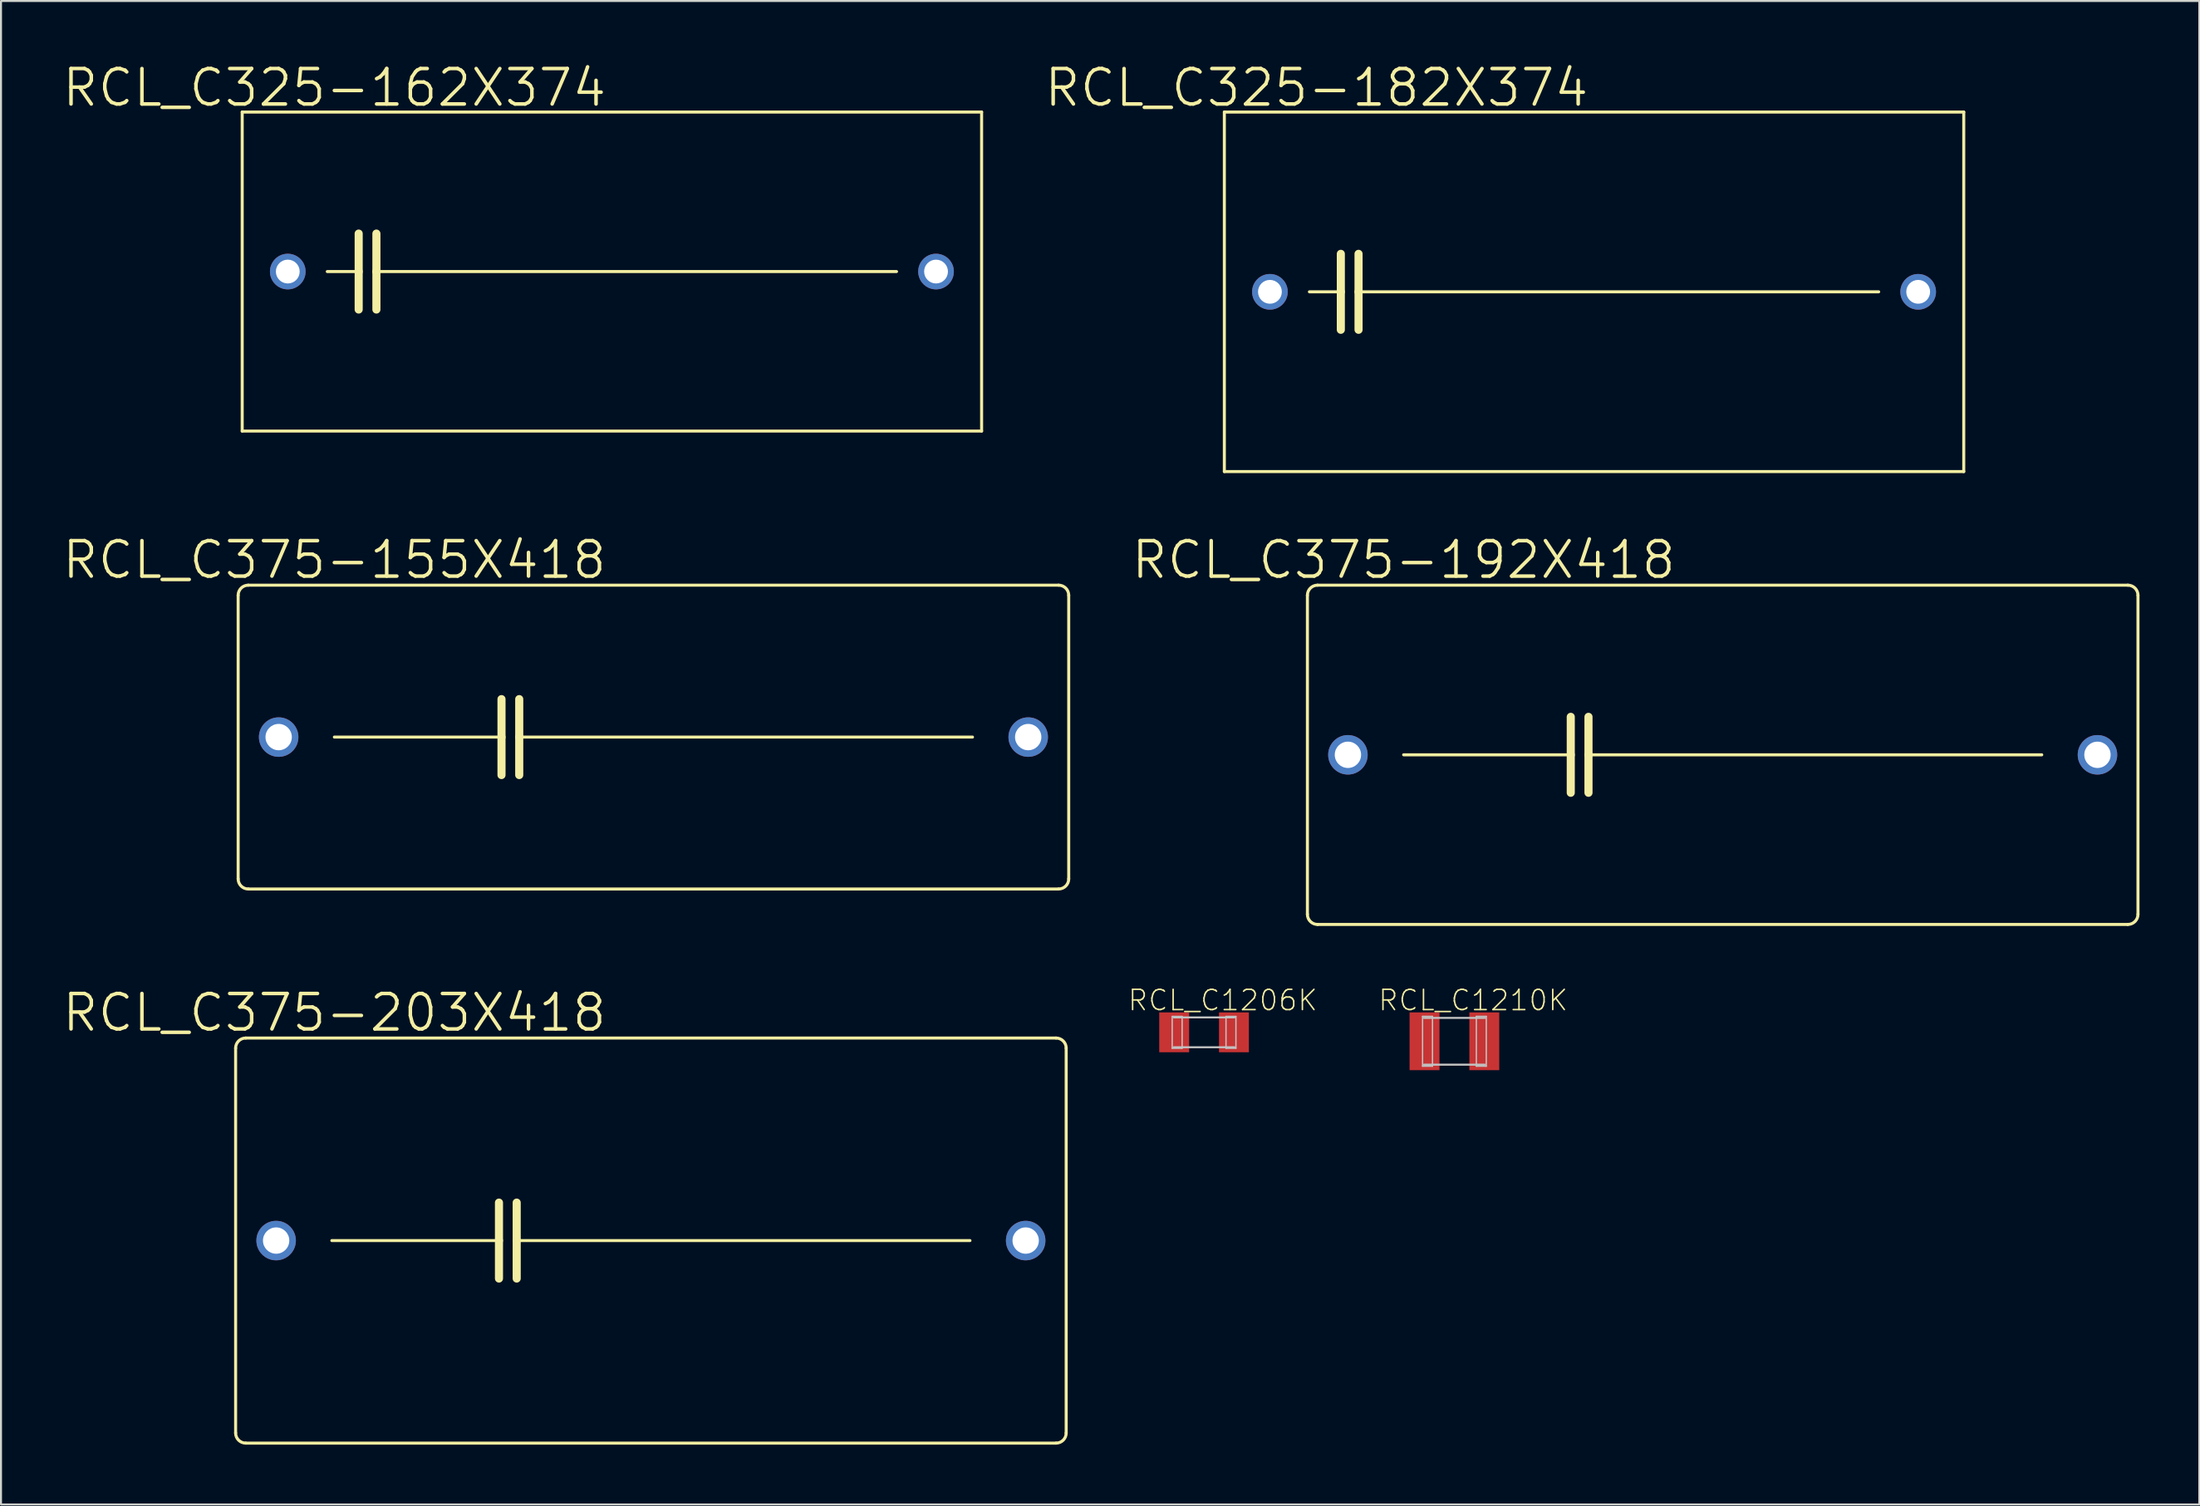
<source format=kicad_pcb>
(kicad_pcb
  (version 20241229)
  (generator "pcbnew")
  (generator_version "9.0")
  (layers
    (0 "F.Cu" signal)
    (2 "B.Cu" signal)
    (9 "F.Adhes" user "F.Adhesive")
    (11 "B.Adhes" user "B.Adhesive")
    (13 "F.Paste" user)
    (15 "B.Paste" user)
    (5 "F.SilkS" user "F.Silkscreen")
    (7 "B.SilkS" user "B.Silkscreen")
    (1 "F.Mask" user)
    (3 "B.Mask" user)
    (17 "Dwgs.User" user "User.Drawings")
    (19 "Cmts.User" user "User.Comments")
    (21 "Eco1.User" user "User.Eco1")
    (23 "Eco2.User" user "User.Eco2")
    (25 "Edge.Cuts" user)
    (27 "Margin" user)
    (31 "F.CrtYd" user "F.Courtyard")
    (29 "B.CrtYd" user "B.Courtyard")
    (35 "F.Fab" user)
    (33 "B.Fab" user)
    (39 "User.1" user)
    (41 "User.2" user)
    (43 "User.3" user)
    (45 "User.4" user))
  (footprint "RCL_C1210K"
    (layer "F.Cu")
    (at 69.894 49.183)
    (property "Reference" "RCL_C1210K" (at 0.94 -2.057 0) (layer "F.SilkS") (effects (font (size 1.016 1.016) (thickness 0.076))))
    (attr smd)
    (fp_line (start -1.598 -1.25) (end -1.1 -1.25) (stroke (width 0.066) (type solid)) (layer "Dwgs.User"))
    (fp_line (start -1.598 1.25) (end -1.598 -1.25) (stroke (width 0.066) (type solid)) (layer "Dwgs.User"))
    (fp_line (start -1.598 1.25) (end -1.1 1.25) (stroke (width 0.066) (type solid)) (layer "Dwgs.User"))
    (fp_line (start -1.524 -1.173) (end 1.524 -1.173) (stroke (width 0.102) (type solid)) (layer "Dwgs.User"))
    (fp_line (start -1.1 1.25) (end -1.1 -1.25) (stroke (width 0.066) (type solid)) (layer "Dwgs.User"))
    (fp_line (start 1.1 -1.25) (end 1.598 -1.25) (stroke (width 0.066) (type solid)) (layer "Dwgs.User"))
    (fp_line (start 1.1 1.25) (end 1.1 -1.25) (stroke (width 0.066) (type solid)) (layer "Dwgs.User"))
    (fp_line (start 1.1 1.25) (end 1.598 1.25) (stroke (width 0.066) (type solid)) (layer "Dwgs.User"))
    (fp_line (start 1.524 1.173) (end -1.524 1.173) (stroke (width 0.102) (type solid)) (layer "Dwgs.User"))
    (fp_line (start 1.598 1.25) (end 1.598 -1.25) (stroke (width 0.066) (type solid)) (layer "Dwgs.User"))
    (pad "1" smd rect (at -1.499 0) (size 1.499 2.898) (layers "F.Cu" "F.Mask" "F.Paste"))
    (pad "2" smd rect (at 1.499 0) (size 1.499 2.898) (layers "F.Cu" "F.Mask" "F.Paste")))
  (footprint "RCL_C375-155X418"
    (layer "F.Cu")
    (at 29.722 33.924)
    (property "Reference" "RCL_C375-155X418" (at -16.002 -8.89 0) (layer "F.SilkS") (effects (font (size 1.778 1.778) (thickness 0.178))))
    (attr exclude_from_pos_files exclude_from_bom)
    (fp_line (start -20.828 7.112) (end -20.828 -7.112) (stroke (width 0.152) (type solid)) (layer "F.SilkS"))
    (fp_line (start -20.32 -7.62) (end 20.32 -7.62) (stroke (width 0.152) (type solid)) (layer "F.SilkS"))
    (fp_line (start -16.002 0) (end -7.62 0) (stroke (width 0.152) (type solid)) (layer "F.SilkS"))
    (fp_line (start -7.62 -1.905) (end -7.62 0) (stroke (width 0.406) (type solid)) (layer "F.SilkS"))
    (fp_line (start -7.62 0) (end -7.62 1.905) (stroke (width 0.406) (type solid)) (layer "F.SilkS"))
    (fp_line (start -6.731 -1.905) (end -6.731 0) (stroke (width 0.406) (type solid)) (layer "F.SilkS"))
    (fp_line (start -6.731 0) (end -6.731 1.905) (stroke (width 0.406) (type solid)) (layer "F.SilkS"))
    (fp_line (start -6.731 0) (end 16.002 0) (stroke (width 0.152) (type solid)) (layer "F.SilkS"))
    (fp_line (start 20.32 7.62) (end -20.32 7.62) (stroke (width 0.152) (type solid)) (layer "F.SilkS"))
    (fp_line (start 20.828 -7.112) (end 20.828 7.112) (stroke (width 0.152) (type solid)) (layer "F.SilkS"))
    (fp_arc (start -20.828 -7.112) (mid -20.67921 -7.47121) (end -20.32 -7.62) (stroke (width 0.1524) (type solid)) (layer "F.SilkS"))
    (fp_arc (start -20.32 7.62) (mid -20.67921 7.47121) (end -20.828 7.112) (stroke (width 0.1524) (type solid)) (layer "F.SilkS"))
    (fp_arc (start 20.32 -7.62) (mid 20.67921 -7.47121) (end 20.828 -7.112) (stroke (width 0.1524) (type solid)) (layer "F.SilkS"))
    (fp_arc (start 20.828 7.112) (mid 20.67921 7.47121) (end 20.32 7.62) (stroke (width 0.1524) (type solid)) (layer "F.SilkS"))
    (pad "1" thru_hole circle (at -18.796 0) (size 1.981 1.981) (drill 1.321) (layers "*.Cu" "*.Paste" "*.Mask"))
    (pad "2" thru_hole circle (at 18.796 0) (size 1.981 1.981) (drill 1.321) (layers "*.Cu" "*.Paste" "*.Mask")))
  (footprint "RCL_C325-162X374"
    (layer "F.Cu")
    (at 27.639 10.572)
    (property "Reference" "RCL_C325-162X374" (at -13.919 -9.22 0) (layer "F.SilkS") (effects (font (size 1.778 1.778) (thickness 0.178))))
    (attr exclude_from_pos_files exclude_from_bom)
    (fp_line (start -18.542 -8.001) (end -18.542 8.001) (stroke (width 0.152) (type solid)) (layer "F.SilkS"))
    (fp_line (start -18.542 8.001) (end 18.542 8.001) (stroke (width 0.152) (type solid)) (layer "F.SilkS"))
    (fp_line (start -14.275 0) (end -12.7 0) (stroke (width 0.152) (type solid)) (layer "F.SilkS"))
    (fp_line (start -12.7 -1.905) (end -12.7 0) (stroke (width 0.406) (type solid)) (layer "F.SilkS"))
    (fp_line (start -12.7 0) (end -12.7 1.905) (stroke (width 0.406) (type solid)) (layer "F.SilkS"))
    (fp_line (start -11.811 -1.905) (end -11.811 0) (stroke (width 0.406) (type solid)) (layer "F.SilkS"))
    (fp_line (start -11.811 0) (end -11.811 1.905) (stroke (width 0.406) (type solid)) (layer "F.SilkS"))
    (fp_line (start -11.811 0) (end 14.275 0) (stroke (width 0.152) (type solid)) (layer "F.SilkS"))
    (fp_line (start 18.542 -8.001) (end -18.542 -8.001) (stroke (width 0.152) (type solid)) (layer "F.SilkS"))
    (fp_line (start 18.542 -8.001) (end 18.542 8.001) (stroke (width 0.152) (type solid)) (layer "F.SilkS"))
    (pad "1" thru_hole circle (at -16.256 0) (size 1.788 1.788) (drill 1.194) (layers "*.Cu" "*.Paste" "*.Mask"))
    (pad "2" thru_hole circle (at 16.256 0) (size 1.788 1.788) (drill 1.194) (layers "*.Cu" "*.Paste" "*.Mask")))
  (footprint "RCL_C375-203X418"
    (layer "F.Cu")
    (at 29.595 59.18)
    (property "Reference" "RCL_C375-203X418" (at -15.875 -11.43 0) (layer "F.SilkS") (effects (font (size 1.778 1.778) (thickness 0.178))))
    (attr exclude_from_pos_files exclude_from_bom)
    (fp_line (start -20.828 9.652) (end -20.828 -9.652) (stroke (width 0.152) (type solid)) (layer "F.SilkS"))
    (fp_line (start -20.32 -10.16) (end 20.32 -10.16) (stroke (width 0.152) (type solid)) (layer "F.SilkS"))
    (fp_line (start -16.002 0) (end -7.62 0) (stroke (width 0.152) (type solid)) (layer "F.SilkS"))
    (fp_line (start -7.62 -1.905) (end -7.62 0) (stroke (width 0.406) (type solid)) (layer "F.SilkS"))
    (fp_line (start -7.62 0) (end -7.62 1.905) (stroke (width 0.406) (type solid)) (layer "F.SilkS"))
    (fp_line (start -6.731 -1.905) (end -6.731 0) (stroke (width 0.406) (type solid)) (layer "F.SilkS"))
    (fp_line (start -6.731 0) (end -6.731 1.905) (stroke (width 0.406) (type solid)) (layer "F.SilkS"))
    (fp_line (start -6.731 0) (end 16.002 0) (stroke (width 0.152) (type solid)) (layer "F.SilkS"))
    (fp_line (start 20.32 10.16) (end -20.32 10.16) (stroke (width 0.152) (type solid)) (layer "F.SilkS"))
    (fp_line (start 20.828 -9.652) (end 20.828 9.652) (stroke (width 0.152) (type solid)) (layer "F.SilkS"))
    (fp_arc (start -20.828 -9.652) (mid -20.67921 -10.01121) (end -20.32 -10.16) (stroke (width 0.1524) (type solid)) (layer "F.SilkS"))
    (fp_arc (start -20.32 10.16) (mid -20.67921 10.01121) (end -20.828 9.652) (stroke (width 0.1524) (type solid)) (layer "F.SilkS"))
    (fp_arc (start 20.32 -10.16) (mid 20.67921 -10.01121) (end 20.828 -9.652) (stroke (width 0.1524) (type solid)) (layer "F.SilkS"))
    (fp_arc (start 20.828 9.652) (mid 20.67921 10.01121) (end 20.32 10.16) (stroke (width 0.1524) (type solid)) (layer "F.SilkS"))
    (pad "1" thru_hole circle (at -18.796 0) (size 1.981 1.981) (drill 1.321) (layers "*.Cu" "*.Paste" "*.Mask"))
    (pad "2" thru_hole circle (at 18.796 0) (size 1.981 1.981) (drill 1.321) (layers "*.Cu" "*.Paste" "*.Mask")))
  (footprint "RCL_C375-192X418"
    (layer "F.Cu")
    (at 83.349 34.813)
    (property "Reference" "RCL_C375-192X418" (at -16.002 -9.779 0) (layer "F.SilkS") (effects (font (size 1.778 1.778) (thickness 0.178))))
    (attr exclude_from_pos_files exclude_from_bom)
    (fp_line (start -20.828 8.001) (end -20.828 -8.001) (stroke (width 0.152) (type solid)) (layer "F.SilkS"))
    (fp_line (start -20.32 -8.509) (end 20.32 -8.509) (stroke (width 0.152) (type solid)) (layer "F.SilkS"))
    (fp_line (start -16.002 0) (end -7.62 0) (stroke (width 0.152) (type solid)) (layer "F.SilkS"))
    (fp_line (start -7.62 -1.905) (end -7.62 0) (stroke (width 0.406) (type solid)) (layer "F.SilkS"))
    (fp_line (start -7.62 0) (end -7.62 1.905) (stroke (width 0.406) (type solid)) (layer "F.SilkS"))
    (fp_line (start -6.731 -1.905) (end -6.731 0) (stroke (width 0.406) (type solid)) (layer "F.SilkS"))
    (fp_line (start -6.731 0) (end -6.731 1.905) (stroke (width 0.406) (type solid)) (layer "F.SilkS"))
    (fp_line (start -6.731 0) (end 16.002 0) (stroke (width 0.152) (type solid)) (layer "F.SilkS"))
    (fp_line (start 20.32 8.509) (end -20.32 8.509) (stroke (width 0.152) (type solid)) (layer "F.SilkS"))
    (fp_line (start 20.828 -8.001) (end 20.828 8.001) (stroke (width 0.152) (type solid)) (layer "F.SilkS"))
    (fp_arc (start -20.828 -8.001) (mid -20.67921 -8.36021) (end -20.32 -8.509) (stroke (width 0.1524) (type solid)) (layer "F.SilkS"))
    (fp_arc (start -20.32 8.509) (mid -20.67921 8.36021) (end -20.828 8.001) (stroke (width 0.1524) (type solid)) (layer "F.SilkS"))
    (fp_arc (start 20.32 -8.509) (mid 20.67921 -8.36021) (end 20.828 -8.001) (stroke (width 0.1524) (type solid)) (layer "F.SilkS"))
    (fp_arc (start 20.828 8.001) (mid 20.67921 8.36021) (end 20.32 8.509) (stroke (width 0.1524) (type solid)) (layer "F.SilkS"))
    (pad "1" thru_hole circle (at -18.796 0) (size 1.981 1.981) (drill 1.321) (layers "*.Cu" "*.Paste" "*.Mask"))
    (pad "2" thru_hole circle (at 18.796 0) (size 1.981 1.981) (drill 1.321) (layers "*.Cu" "*.Paste" "*.Mask")))
  (footprint "RCL_C325-182X374"
    (layer "F.Cu")
    (at 76.897 11.588)
    (property "Reference" "RCL_C325-182X374" (at -13.919 -10.236 0) (layer "F.SilkS") (effects (font (size 1.778 1.778) (thickness 0.178))))
    (attr exclude_from_pos_files exclude_from_bom)
    (fp_line (start -18.542 -9.017) (end -18.542 9.017) (stroke (width 0.152) (type solid)) (layer "F.SilkS"))
    (fp_line (start -18.542 9.017) (end 18.542 9.017) (stroke (width 0.152) (type solid)) (layer "F.SilkS"))
    (fp_line (start -14.275 0) (end -12.7 0) (stroke (width 0.152) (type solid)) (layer "F.SilkS"))
    (fp_line (start -12.7 -1.905) (end -12.7 0) (stroke (width 0.406) (type solid)) (layer "F.SilkS"))
    (fp_line (start -12.7 0) (end -12.7 1.905) (stroke (width 0.406) (type solid)) (layer "F.SilkS"))
    (fp_line (start -11.811 -1.905) (end -11.811 0) (stroke (width 0.406) (type solid)) (layer "F.SilkS"))
    (fp_line (start -11.811 0) (end -11.811 1.905) (stroke (width 0.406) (type solid)) (layer "F.SilkS"))
    (fp_line (start -11.811 0) (end 14.275 0) (stroke (width 0.152) (type solid)) (layer "F.SilkS"))
    (fp_line (start 18.542 -9.017) (end -18.542 -9.017) (stroke (width 0.152) (type solid)) (layer "F.SilkS"))
    (fp_line (start 18.542 -9.017) (end 18.542 9.017) (stroke (width 0.152) (type solid)) (layer "F.SilkS"))
    (pad "1" thru_hole circle (at -16.256 0) (size 1.788 1.788) (drill 1.194) (layers "*.Cu" "*.Paste" "*.Mask"))
    (pad "2" thru_hole circle (at 16.256 0) (size 1.788 1.788) (drill 1.194) (layers "*.Cu" "*.Paste" "*.Mask")))
  (footprint "RCL_C1206K"
    (layer "F.Cu")
    (at 57.338 48.734)
    (property "Reference" "RCL_C1206K" (at 0.94 -1.608 0) (layer "F.SilkS") (effects (font (size 1.016 1.016) (thickness 0.076))))
    (attr smd)
    (fp_line (start -1.598 -0.798) (end -1.1 -0.798) (stroke (width 0.066) (type solid)) (layer "Dwgs.User"))
    (fp_line (start -1.598 0.798) (end -1.598 -0.798) (stroke (width 0.066) (type solid)) (layer "Dwgs.User"))
    (fp_line (start -1.598 0.798) (end -1.1 0.798) (stroke (width 0.066) (type solid)) (layer "Dwgs.User"))
    (fp_line (start -1.524 -0.749) (end 1.524 -0.749) (stroke (width 0.102) (type solid)) (layer "Dwgs.User"))
    (fp_line (start -1.1 0.798) (end -1.1 -0.798) (stroke (width 0.066) (type solid)) (layer "Dwgs.User"))
    (fp_line (start 1.1 -0.798) (end 1.598 -0.798) (stroke (width 0.066) (type solid)) (layer "Dwgs.User"))
    (fp_line (start 1.1 0.798) (end 1.1 -0.798) (stroke (width 0.066) (type solid)) (layer "Dwgs.User"))
    (fp_line (start 1.1 0.798) (end 1.598 0.798) (stroke (width 0.066) (type solid)) (layer "Dwgs.User"))
    (fp_line (start 1.524 0.749) (end -1.524 0.749) (stroke (width 0.102) (type solid)) (layer "Dwgs.User"))
    (fp_line (start 1.598 0.798) (end 1.598 -0.798) (stroke (width 0.066) (type solid)) (layer "Dwgs.User"))
    (pad "1" smd rect (at -1.499 0) (size 1.499 1.999) (layers "F.Cu" "F.Mask" "F.Paste"))
    (pad "2" smd rect (at 1.499 0) (size 1.499 1.999) (layers "F.Cu" "F.Mask" "F.Paste")))
  (gr_rect
    (start -3 -3)
    (end 107.253 72.416)
    (stroke (width 0.1) (type default))
    (fill no)
    (layer "Edge.Cuts")))
</source>
